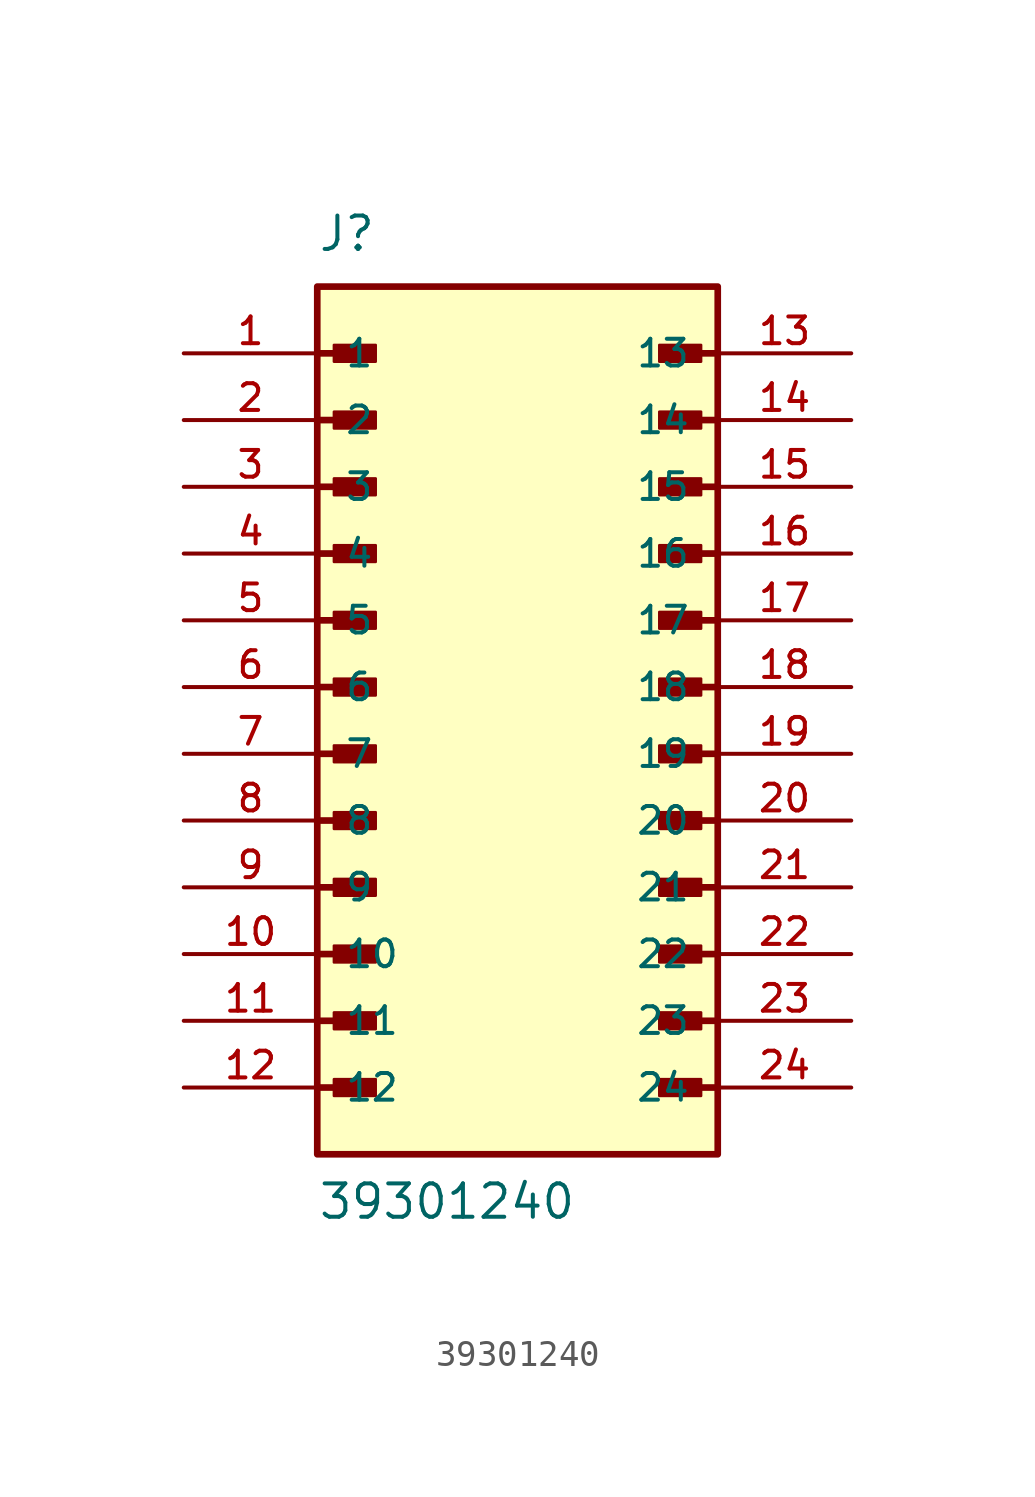
<source format=kicad_sym>
(kicad_symbol_lib
  (version 20211014)
  (generator kicad_symbol_editor)
  (symbol "39301240"
    (pin_names
      (offset 1.016))
    (property "Reference" "J"
      (at -7.62 16.51 0)
      (effects (font (size 1.27 1.27)) (justify bottom left)))
    (property "Value" "39301240"
      (at -7.62 -20.32 0)
      (effects (font (size 1.27 1.27)) (justify bottom left)))
    (symbol "39301240_0_0"
      (polyline (pts (xy -7.62 12.7) (xy -5.715 12.7)) (stroke (width 0.254)))
      (rectangle (start -6.985 12.383) (end -5.397 13.018) (stroke (width 0.1)) (fill (type outline)))
      (polyline (pts (xy -7.62 10.16) (xy -5.715 10.16)) (stroke (width 0.254)))
      (rectangle (start -6.985 9.842) (end -5.397 10.477) (stroke (width 0.1)) (fill (type outline)))
      (polyline (pts (xy -7.62 7.62) (xy -5.715 7.62)) (stroke (width 0.254)))
      (rectangle (start -6.985 7.303) (end -5.397 7.938) (stroke (width 0.1)) (fill (type outline)))
      (polyline (pts (xy -7.62 5.08) (xy -5.715 5.08)) (stroke (width 0.254)))
      (rectangle (start -6.985 4.763) (end -5.397 5.397) (stroke (width 0.1)) (fill (type outline)))
      (polyline (pts (xy -7.62 2.54) (xy -5.715 2.54)) (stroke (width 0.254)))
      (rectangle (start -6.985 2.223) (end -5.397 2.857) (stroke (width 0.1)) (fill (type outline)))
      (polyline (pts (xy -7.62 0.0) (xy -5.715 0.0)) (stroke (width 0.254)))
      (rectangle (start -6.985 -0.318) (end -5.397 0.318) (stroke (width 0.1)) (fill (type outline)))
      (polyline (pts (xy -7.62 -2.54) (xy -5.715 -2.54)) (stroke (width 0.254)))
      (rectangle (start -6.985 -2.857) (end -5.397 -2.223) (stroke (width 0.1)) (fill (type outline)))
      (polyline (pts (xy -7.62 -5.08) (xy -5.715 -5.08)) (stroke (width 0.254)))
      (rectangle (start -6.985 -5.397) (end -5.397 -4.763) (stroke (width 0.1)) (fill (type outline)))
      (polyline (pts (xy -7.62 -7.62) (xy -5.715 -7.62)) (stroke (width 0.254)))
      (rectangle (start -6.985 -7.938) (end -5.397 -7.303) (stroke (width 0.1)) (fill (type outline)))
      (polyline (pts (xy -7.62 -10.16) (xy -5.715 -10.16)) (stroke (width 0.254)))
      (rectangle (start -6.985 -10.477) (end -5.397 -9.842) (stroke (width 0.1)) (fill (type outline)))
      (polyline (pts (xy 7.62 -10.16) (xy 5.715 -10.16)) (stroke (width 0.254)))
      (rectangle (start 5.397 -10.477) (end 6.985 -9.842) (stroke (width 0.1)) (fill (type outline)))
      (polyline (pts (xy 7.62 -7.62) (xy 5.715 -7.62)) (stroke (width 0.254)))
      (rectangle (start 5.397 -7.938) (end 6.985 -7.303) (stroke (width 0.1)) (fill (type outline)))
      (polyline (pts (xy 7.62 -5.08) (xy 5.715 -5.08)) (stroke (width 0.254)))
      (rectangle (start 5.397 -5.397) (end 6.985 -4.763) (stroke (width 0.1)) (fill (type outline)))
      (polyline (pts (xy 7.62 -2.54) (xy 5.715 -2.54)) (stroke (width 0.254)))
      (rectangle (start 5.397 -2.857) (end 6.985 -2.223) (stroke (width 0.1)) (fill (type outline)))
      (polyline (pts (xy 7.62 0.0) (xy 5.715 0.0)) (stroke (width 0.254)))
      (rectangle (start 5.397 -0.318) (end 6.985 0.318) (stroke (width 0.1)) (fill (type outline)))
      (polyline (pts (xy 7.62 2.54) (xy 5.715 2.54)) (stroke (width 0.254)))
      (rectangle (start 5.397 2.223) (end 6.985 2.857) (stroke (width 0.1)) (fill (type outline)))
      (polyline (pts (xy 7.62 5.08) (xy 5.715 5.08)) (stroke (width 0.254)))
      (rectangle (start 5.397 4.763) (end 6.985 5.397) (stroke (width 0.1)) (fill (type outline)))
      (polyline (pts (xy 7.62 7.62) (xy 5.715 7.62)) (stroke (width 0.254)))
      (rectangle (start 5.397 7.303) (end 6.985 7.938) (stroke (width 0.1)) (fill (type outline)))
      (polyline (pts (xy 7.62 10.16) (xy 5.715 10.16)) (stroke (width 0.254)))
      (rectangle (start 5.397 9.842) (end 6.985 10.477) (stroke (width 0.1)) (fill (type outline)))
      (polyline (pts (xy 7.62 12.7) (xy 5.715 12.7)) (stroke (width 0.254)))
      (rectangle (start 5.397 12.383) (end 6.985 13.018) (stroke (width 0.1)) (fill (type outline)))
      (polyline (pts (xy -7.62 -12.7) (xy -5.715 -12.7)) (stroke (width 0.254)))
      (rectangle (start -6.985 -13.018) (end -5.397 -12.383) (stroke (width 0.1)) (fill (type outline)))
      (polyline (pts (xy -7.62 -15.24) (xy -5.715 -15.24)) (stroke (width 0.254)))
      (rectangle (start -6.985 -15.557) (end -5.397 -14.922) (stroke (width 0.1)) (fill (type outline)))
      (polyline (pts (xy 7.62 -15.24) (xy 5.715 -15.24)) (stroke (width 0.254)))
      (rectangle (start 5.397 -15.557) (end 6.985 -14.922) (stroke (width 0.1)) (fill (type outline)))
      (polyline (pts (xy 7.62 -12.7) (xy 5.715 -12.7)) (stroke (width 0.254)))
      (rectangle (start 5.397 -13.018) (end 6.985 -12.383) (stroke (width 0.1)) (fill (type outline)))
      (rectangle (start -7.62 -17.78) (end 7.62 15.24) (stroke (width 0.254)) (fill (type background)))
      (pin passive line (at -12.7 12.7 0) (length 5.08) (name "1" (effects (font (size 1.016 1.016)))) (number "1" (effects (font (size 1.016 1.016)))))
      (pin passive line (at -12.7 10.16 0) (length 5.08) (name "2" (effects (font (size 1.016 1.016)))) (number "2" (effects (font (size 1.016 1.016)))))
      (pin passive line (at -12.7 7.62 0) (length 5.08) (name "3" (effects (font (size 1.016 1.016)))) (number "3" (effects (font (size 1.016 1.016)))))
      (pin passive line (at -12.7 5.08 0) (length 5.08) (name "4" (effects (font (size 1.016 1.016)))) (number "4" (effects (font (size 1.016 1.016)))))
      (pin passive line (at -12.7 2.54 0) (length 5.08) (name "5" (effects (font (size 1.016 1.016)))) (number "5" (effects (font (size 1.016 1.016)))))
      (pin passive line (at -12.7 0.0 0) (length 5.08) (name "6" (effects (font (size 1.016 1.016)))) (number "6" (effects (font (size 1.016 1.016)))))
      (pin passive line (at -12.7 -2.54 0) (length 5.08) (name "7" (effects (font (size 1.016 1.016)))) (number "7" (effects (font (size 1.016 1.016)))))
      (pin passive line (at -12.7 -5.08 0) (length 5.08) (name "8" (effects (font (size 1.016 1.016)))) (number "8" (effects (font (size 1.016 1.016)))))
      (pin passive line (at -12.7 -7.62 0) (length 5.08) (name "9" (effects (font (size 1.016 1.016)))) (number "9" (effects (font (size 1.016 1.016)))))
      (pin passive line (at -12.7 -10.16 0) (length 5.08) (name "10" (effects (font (size 1.016 1.016)))) (number "10" (effects (font (size 1.016 1.016)))))
      (pin passive line (at -12.7 -12.7 0) (length 5.08) (name "11" (effects (font (size 1.016 1.016)))) (number "11" (effects (font (size 1.016 1.016)))))
      (pin passive line (at -12.7 -15.24 0) (length 5.08) (name "12" (effects (font (size 1.016 1.016)))) (number "12" (effects (font (size 1.016 1.016)))))
      (pin passive line (at 12.7 12.7 180.0) (length 5.08) (name "13" (effects (font (size 1.016 1.016)))) (number "13" (effects (font (size 1.016 1.016)))))
      (pin passive line (at 12.7 10.16 180.0) (length 5.08) (name "14" (effects (font (size 1.016 1.016)))) (number "14" (effects (font (size 1.016 1.016)))))
      (pin passive line (at 12.7 7.62 180.0) (length 5.08) (name "15" (effects (font (size 1.016 1.016)))) (number "15" (effects (font (size 1.016 1.016)))))
      (pin passive line (at 12.7 5.08 180.0) (length 5.08) (name "16" (effects (font (size 1.016 1.016)))) (number "16" (effects (font (size 1.016 1.016)))))
      (pin passive line (at 12.7 2.54 180.0) (length 5.08) (name "17" (effects (font (size 1.016 1.016)))) (number "17" (effects (font (size 1.016 1.016)))))
      (pin passive line (at 12.7 0.0 180.0) (length 5.08) (name "18" (effects (font (size 1.016 1.016)))) (number "18" (effects (font (size 1.016 1.016)))))
      (pin passive line (at 12.7 -2.54 180.0) (length 5.08) (name "19" (effects (font (size 1.016 1.016)))) (number "19" (effects (font (size 1.016 1.016)))))
      (pin passive line (at 12.7 -5.08 180.0) (length 5.08) (name "20" (effects (font (size 1.016 1.016)))) (number "20" (effects (font (size 1.016 1.016)))))
      (pin passive line (at 12.7 -7.62 180.0) (length 5.08) (name "21" (effects (font (size 1.016 1.016)))) (number "21" (effects (font (size 1.016 1.016)))))
      (pin passive line (at 12.7 -10.16 180.0) (length 5.08) (name "22" (effects (font (size 1.016 1.016)))) (number "22" (effects (font (size 1.016 1.016)))))
      (pin passive line (at 12.7 -12.7 180.0) (length 5.08) (name "23" (effects (font (size 1.016 1.016)))) (number "23" (effects (font (size 1.016 1.016)))))
      (pin passive line (at 12.7 -15.24 180.0) (length 5.08) (name "24" (effects (font (size 1.016 1.016)))) (number "24" (effects (font (size 1.016 1.016))))))))
</source>
